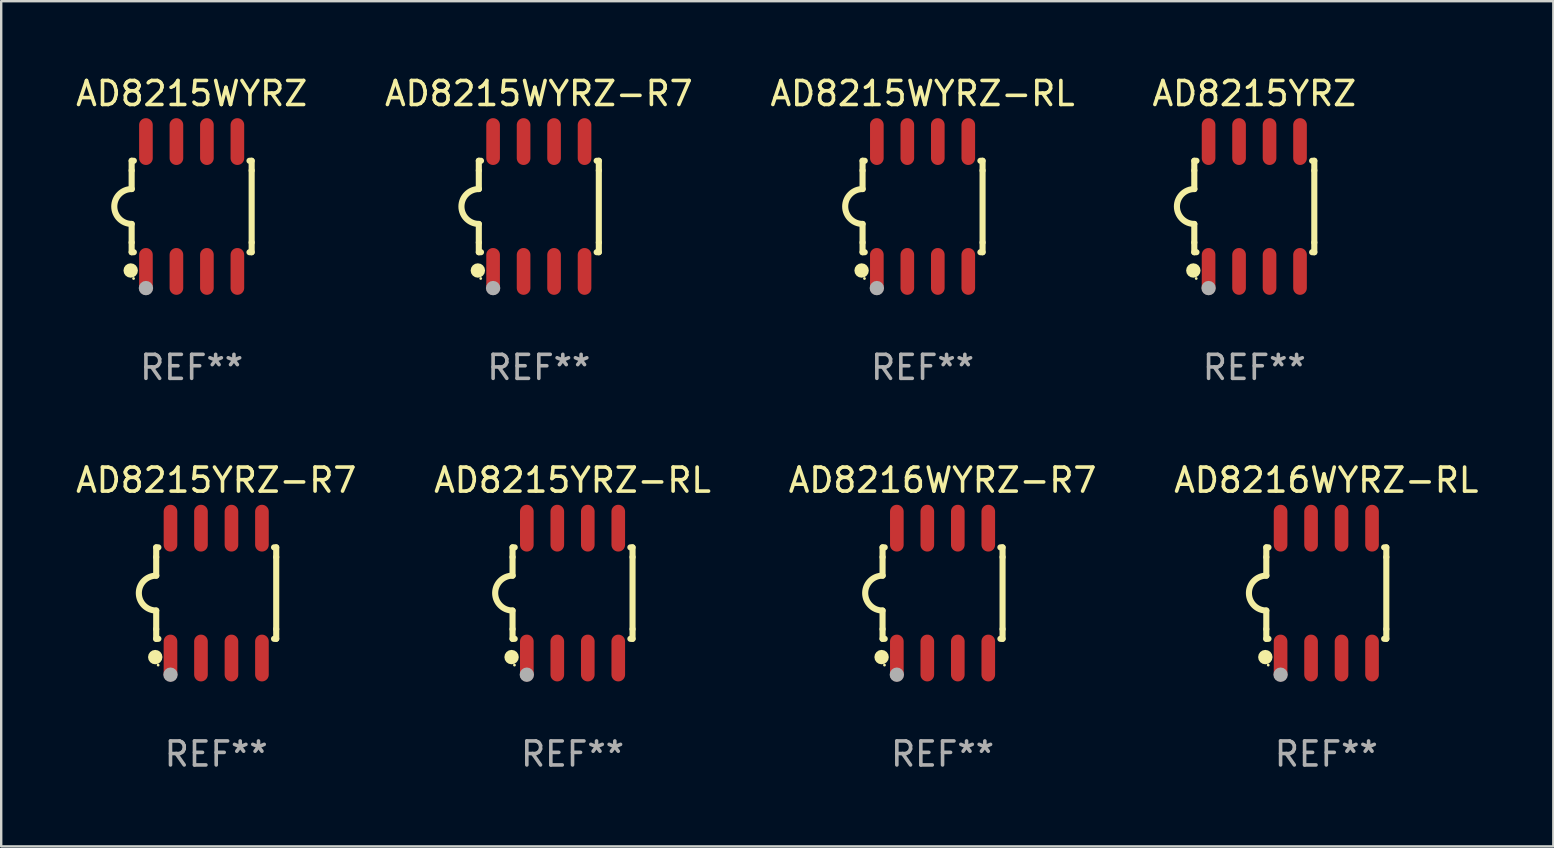
<source format=kicad_pcb>
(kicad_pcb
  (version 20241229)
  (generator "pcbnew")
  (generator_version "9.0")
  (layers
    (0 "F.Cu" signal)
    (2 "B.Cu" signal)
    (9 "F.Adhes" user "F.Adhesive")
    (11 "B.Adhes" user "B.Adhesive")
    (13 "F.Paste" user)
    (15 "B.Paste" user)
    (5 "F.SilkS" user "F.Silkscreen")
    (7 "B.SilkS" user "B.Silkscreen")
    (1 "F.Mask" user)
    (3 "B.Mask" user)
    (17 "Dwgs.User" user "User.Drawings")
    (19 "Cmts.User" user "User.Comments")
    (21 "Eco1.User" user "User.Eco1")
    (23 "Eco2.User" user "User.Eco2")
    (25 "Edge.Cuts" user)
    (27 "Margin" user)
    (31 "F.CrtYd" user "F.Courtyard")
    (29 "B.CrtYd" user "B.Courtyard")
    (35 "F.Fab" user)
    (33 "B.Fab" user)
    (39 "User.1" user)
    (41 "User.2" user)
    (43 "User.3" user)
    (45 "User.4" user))
  (footprint "AD8215YRZ-R7"
    (layer "F.Cu")
    (at 5.958 21.66)
    (property "Reference" "AD8215YRZ-R7" (at 0 -4.705 0) (layer "F.SilkS") (effects (font (size 1 1) (thickness 0.15))))
    (attr through_hole)
    (fp_line (start -2.5 -1.905) (end -2.409 -1.905) (stroke (width 0.254) (type solid)) (layer "F.SilkS"))
    (fp_line (start -2.5 -1.5) (end -2.5 -1.905) (stroke (width 0.254) (type solid)) (layer "F.SilkS"))
    (fp_line (start -2.5 -1.5) (end -2.5 -0.726) (stroke (width 0.254) (type solid)) (layer "F.SilkS"))
    (fp_line (start -2.5 1.5) (end -2.5 0.727) (stroke (width 0.254) (type solid)) (layer "F.SilkS"))
    (fp_line (start -2.5 1.5) (end -2.5 1.905) (stroke (width 0.254) (type solid)) (layer "F.SilkS"))
    (fp_line (start -2.5 1.905) (end -2.409 1.905) (stroke (width 0.254) (type solid)) (layer "F.SilkS"))
    (fp_line (start 2.5 -1.905) (end 2.409 -1.905) (stroke (width 0.254) (type solid)) (layer "F.SilkS"))
    (fp_line (start 2.5 -1.5) (end 2.5 -1.905) (stroke (width 0.254) (type solid)) (layer "F.SilkS"))
    (fp_line (start 2.5 -1.5) (end 2.5 1.5) (stroke (width 0.254) (type solid)) (layer "F.SilkS"))
    (fp_line (start 2.5 1.5) (end 2.5 1.905) (stroke (width 0.254) (type solid)) (layer "F.SilkS"))
    (fp_line (start 2.5 1.905) (end 2.409 1.905) (stroke (width 0.254) (type solid)) (layer "F.SilkS"))
    (fp_arc (start -2.5 0.726568) (mid -3.220316 -0.0023) (end -2.495097 -0.726289) (stroke (width 0.254001) (type solid)) (layer "F.SilkS"))
    (fp_circle (center -2.54 2.667) (end -2.39 2.667) (stroke (width 0.3) (type solid)) (fill no) (layer "F.SilkS"))
    (fp_circle (center -2.42 3) (end -2.39 3) (stroke (width 0.06) (type solid)) (fill no) (layer "F.SilkS"))
    (fp_circle (center -1.905 3.4) (end -1.755 3.4) (stroke (width 0.3) (type solid)) (fill no) (layer "F.Fab"))
    (fp_text user "REF**" (at 0 6.705 0) (layer "F.Fab") (effects (font (size 1 1) (thickness 0.15))))
    (pad "1" smd oval (at -1.905 2.705) (size 0.568 1.95) (layers "F.Cu" "F.Mask" "F.Paste"))
    (pad "2" smd oval (at -0.635 2.705) (size 0.568 1.95) (layers "F.Cu" "F.Mask" "F.Paste"))
    (pad "3" smd oval (at 0.635 2.705) (size 0.568 1.95) (layers "F.Cu" "F.Mask" "F.Paste"))
    (pad "4" smd oval (at 1.905 2.705) (size 0.568 1.95) (layers "F.Cu" "F.Mask" "F.Paste"))
    (pad "5" smd oval (at 1.905 -2.705) (size 0.568 1.95) (layers "F.Cu" "F.Mask" "F.Paste"))
    (pad "6" smd oval (at 0.635 -2.705) (size 0.568 1.95) (layers "F.Cu" "F.Mask" "F.Paste"))
    (pad "7" smd oval (at -0.635 -2.705) (size 0.568 1.95) (layers "F.Cu" "F.Mask" "F.Paste"))
    (pad "8" smd oval (at -1.905 -2.705) (size 0.568 1.95) (layers "F.Cu" "F.Mask" "F.Paste")))
  (footprint "AD8215WYRZ-R7"
    (layer "F.Cu")
    (at 19.399 5.553)
    (property "Reference" "AD8215WYRZ-R7" (at 0 -4.705 0) (layer "F.SilkS") (effects (font (size 1 1) (thickness 0.15))))
    (attr through_hole)
    (fp_line (start -2.5 -1.905) (end -2.409 -1.905) (stroke (width 0.254) (type solid)) (layer "F.SilkS"))
    (fp_line (start -2.5 -1.5) (end -2.5 -1.905) (stroke (width 0.254) (type solid)) (layer "F.SilkS"))
    (fp_line (start -2.5 -1.5) (end -2.5 -0.726) (stroke (width 0.254) (type solid)) (layer "F.SilkS"))
    (fp_line (start -2.5 1.5) (end -2.5 0.727) (stroke (width 0.254) (type solid)) (layer "F.SilkS"))
    (fp_line (start -2.5 1.5) (end -2.5 1.905) (stroke (width 0.254) (type solid)) (layer "F.SilkS"))
    (fp_line (start -2.5 1.905) (end -2.409 1.905) (stroke (width 0.254) (type solid)) (layer "F.SilkS"))
    (fp_line (start 2.5 -1.905) (end 2.409 -1.905) (stroke (width 0.254) (type solid)) (layer "F.SilkS"))
    (fp_line (start 2.5 -1.5) (end 2.5 -1.905) (stroke (width 0.254) (type solid)) (layer "F.SilkS"))
    (fp_line (start 2.5 -1.5) (end 2.5 1.5) (stroke (width 0.254) (type solid)) (layer "F.SilkS"))
    (fp_line (start 2.5 1.5) (end 2.5 1.905) (stroke (width 0.254) (type solid)) (layer "F.SilkS"))
    (fp_line (start 2.5 1.905) (end 2.409 1.905) (stroke (width 0.254) (type solid)) (layer "F.SilkS"))
    (fp_arc (start -2.5 0.726568) (mid -3.220316 -0.0023) (end -2.495097 -0.726289) (stroke (width 0.254001) (type solid)) (layer "F.SilkS"))
    (fp_circle (center -2.54 2.667) (end -2.39 2.667) (stroke (width 0.3) (type solid)) (fill no) (layer "F.SilkS"))
    (fp_circle (center -2.42 3) (end -2.39 3) (stroke (width 0.06) (type solid)) (fill no) (layer "F.SilkS"))
    (fp_circle (center -1.905 3.4) (end -1.755 3.4) (stroke (width 0.3) (type solid)) (fill no) (layer "F.Fab"))
    (fp_text user "REF**" (at 0 6.705 0) (layer "F.Fab") (effects (font (size 1 1) (thickness 0.15))))
    (pad "1" smd oval (at -1.905 2.705) (size 0.568 1.95) (layers "F.Cu" "F.Mask" "F.Paste"))
    (pad "2" smd oval (at -0.635 2.705) (size 0.568 1.95) (layers "F.Cu" "F.Mask" "F.Paste"))
    (pad "3" smd oval (at 0.635 2.705) (size 0.568 1.95) (layers "F.Cu" "F.Mask" "F.Paste"))
    (pad "4" smd oval (at 1.905 2.705) (size 0.568 1.95) (layers "F.Cu" "F.Mask" "F.Paste"))
    (pad "5" smd oval (at 1.905 -2.705) (size 0.568 1.95) (layers "F.Cu" "F.Mask" "F.Paste"))
    (pad "6" smd oval (at 0.635 -2.705) (size 0.568 1.95) (layers "F.Cu" "F.Mask" "F.Paste"))
    (pad "7" smd oval (at -0.635 -2.705) (size 0.568 1.95) (layers "F.Cu" "F.Mask" "F.Paste"))
    (pad "8" smd oval (at -1.905 -2.705) (size 0.568 1.95) (layers "F.Cu" "F.Mask" "F.Paste")))
  (footprint "AD8216WYRZ-RL"
    (layer "F.Cu")
    (at 52.208 21.66)
    (property "Reference" "AD8216WYRZ-RL" (at 0 -4.705 0) (layer "F.SilkS") (effects (font (size 1 1) (thickness 0.15))))
    (attr through_hole)
    (fp_line (start -2.5 -1.905) (end -2.409 -1.905) (stroke (width 0.254) (type solid)) (layer "F.SilkS"))
    (fp_line (start -2.5 -1.5) (end -2.5 -1.905) (stroke (width 0.254) (type solid)) (layer "F.SilkS"))
    (fp_line (start -2.5 -1.5) (end -2.5 -0.726) (stroke (width 0.254) (type solid)) (layer "F.SilkS"))
    (fp_line (start -2.5 1.5) (end -2.5 0.727) (stroke (width 0.254) (type solid)) (layer "F.SilkS"))
    (fp_line (start -2.5 1.5) (end -2.5 1.905) (stroke (width 0.254) (type solid)) (layer "F.SilkS"))
    (fp_line (start -2.5 1.905) (end -2.409 1.905) (stroke (width 0.254) (type solid)) (layer "F.SilkS"))
    (fp_line (start 2.5 -1.905) (end 2.409 -1.905) (stroke (width 0.254) (type solid)) (layer "F.SilkS"))
    (fp_line (start 2.5 -1.5) (end 2.5 -1.905) (stroke (width 0.254) (type solid)) (layer "F.SilkS"))
    (fp_line (start 2.5 -1.5) (end 2.5 1.5) (stroke (width 0.254) (type solid)) (layer "F.SilkS"))
    (fp_line (start 2.5 1.5) (end 2.5 1.905) (stroke (width 0.254) (type solid)) (layer "F.SilkS"))
    (fp_line (start 2.5 1.905) (end 2.409 1.905) (stroke (width 0.254) (type solid)) (layer "F.SilkS"))
    (fp_arc (start -2.5 0.726568) (mid -3.220316 -0.0023) (end -2.495097 -0.726289) (stroke (width 0.254001) (type solid)) (layer "F.SilkS"))
    (fp_circle (center -2.54 2.667) (end -2.39 2.667) (stroke (width 0.3) (type solid)) (fill no) (layer "F.SilkS"))
    (fp_circle (center -2.42 3) (end -2.39 3) (stroke (width 0.06) (type solid)) (fill no) (layer "F.SilkS"))
    (fp_circle (center -1.905 3.4) (end -1.755 3.4) (stroke (width 0.3) (type solid)) (fill no) (layer "F.Fab"))
    (fp_text user "REF**" (at 0 6.705 0) (layer "F.Fab") (effects (font (size 1 1) (thickness 0.15))))
    (pad "1" smd oval (at -1.905 2.705) (size 0.568 1.95) (layers "F.Cu" "F.Mask" "F.Paste"))
    (pad "2" smd oval (at -0.635 2.705) (size 0.568 1.95) (layers "F.Cu" "F.Mask" "F.Paste"))
    (pad "3" smd oval (at 0.635 2.705) (size 0.568 1.95) (layers "F.Cu" "F.Mask" "F.Paste"))
    (pad "4" smd oval (at 1.905 2.705) (size 0.568 1.95) (layers "F.Cu" "F.Mask" "F.Paste"))
    (pad "5" smd oval (at 1.905 -2.705) (size 0.568 1.95) (layers "F.Cu" "F.Mask" "F.Paste"))
    (pad "6" smd oval (at 0.635 -2.705) (size 0.568 1.95) (layers "F.Cu" "F.Mask" "F.Paste"))
    (pad "7" smd oval (at -0.635 -2.705) (size 0.568 1.95) (layers "F.Cu" "F.Mask" "F.Paste"))
    (pad "8" smd oval (at -1.905 -2.705) (size 0.568 1.95) (layers "F.Cu" "F.Mask" "F.Paste")))
  (footprint "AD8215YRZ"
    (layer "F.Cu")
    (at 49.208 5.553)
    (property "Reference" "AD8215YRZ" (at 0 -4.705 0) (layer "F.SilkS") (effects (font (size 1 1) (thickness 0.15))))
    (attr through_hole)
    (fp_line (start -2.5 -1.905) (end -2.409 -1.905) (stroke (width 0.254) (type solid)) (layer "F.SilkS"))
    (fp_line (start -2.5 -1.5) (end -2.5 -1.905) (stroke (width 0.254) (type solid)) (layer "F.SilkS"))
    (fp_line (start -2.5 -1.5) (end -2.5 -0.726) (stroke (width 0.254) (type solid)) (layer "F.SilkS"))
    (fp_line (start -2.5 1.5) (end -2.5 0.727) (stroke (width 0.254) (type solid)) (layer "F.SilkS"))
    (fp_line (start -2.5 1.5) (end -2.5 1.905) (stroke (width 0.254) (type solid)) (layer "F.SilkS"))
    (fp_line (start -2.5 1.905) (end -2.409 1.905) (stroke (width 0.254) (type solid)) (layer "F.SilkS"))
    (fp_line (start 2.5 -1.905) (end 2.409 -1.905) (stroke (width 0.254) (type solid)) (layer "F.SilkS"))
    (fp_line (start 2.5 -1.5) (end 2.5 -1.905) (stroke (width 0.254) (type solid)) (layer "F.SilkS"))
    (fp_line (start 2.5 -1.5) (end 2.5 1.5) (stroke (width 0.254) (type solid)) (layer "F.SilkS"))
    (fp_line (start 2.5 1.5) (end 2.5 1.905) (stroke (width 0.254) (type solid)) (layer "F.SilkS"))
    (fp_line (start 2.5 1.905) (end 2.409 1.905) (stroke (width 0.254) (type solid)) (layer "F.SilkS"))
    (fp_arc (start -2.5 0.726568) (mid -3.220316 -0.0023) (end -2.495097 -0.726289) (stroke (width 0.254001) (type solid)) (layer "F.SilkS"))
    (fp_circle (center -2.54 2.667) (end -2.39 2.667) (stroke (width 0.3) (type solid)) (fill no) (layer "F.SilkS"))
    (fp_circle (center -2.42 3) (end -2.39 3) (stroke (width 0.06) (type solid)) (fill no) (layer "F.SilkS"))
    (fp_circle (center -1.905 3.4) (end -1.755 3.4) (stroke (width 0.3) (type solid)) (fill no) (layer "F.Fab"))
    (fp_text user "REF**" (at 0 6.705 0) (layer "F.Fab") (effects (font (size 1 1) (thickness 0.15))))
    (pad "1" smd oval (at -1.905 2.705) (size 0.568 1.95) (layers "F.Cu" "F.Mask" "F.Paste"))
    (pad "2" smd oval (at -0.635 2.705) (size 0.568 1.95) (layers "F.Cu" "F.Mask" "F.Paste"))
    (pad "3" smd oval (at 0.635 2.705) (size 0.568 1.95) (layers "F.Cu" "F.Mask" "F.Paste"))
    (pad "4" smd oval (at 1.905 2.705) (size 0.568 1.95) (layers "F.Cu" "F.Mask" "F.Paste"))
    (pad "5" smd oval (at 1.905 -2.705) (size 0.568 1.95) (layers "F.Cu" "F.Mask" "F.Paste"))
    (pad "6" smd oval (at 0.635 -2.705) (size 0.568 1.95) (layers "F.Cu" "F.Mask" "F.Paste"))
    (pad "7" smd oval (at -0.635 -2.705) (size 0.568 1.95) (layers "F.Cu" "F.Mask" "F.Paste"))
    (pad "8" smd oval (at -1.905 -2.705) (size 0.568 1.95) (layers "F.Cu" "F.Mask" "F.Paste")))
  (footprint "AD8215WYRZ"
    (layer "F.Cu")
    (at 4.935 5.553)
    (property "Reference" "AD8215WYRZ" (at 0 -4.705 0) (layer "F.SilkS") (effects (font (size 1 1) (thickness 0.15))))
    (attr through_hole)
    (fp_line (start -2.5 -1.905) (end -2.409 -1.905) (stroke (width 0.254) (type solid)) (layer "F.SilkS"))
    (fp_line (start -2.5 -1.5) (end -2.5 -1.905) (stroke (width 0.254) (type solid)) (layer "F.SilkS"))
    (fp_line (start -2.5 -1.5) (end -2.5 -0.726) (stroke (width 0.254) (type solid)) (layer "F.SilkS"))
    (fp_line (start -2.5 1.5) (end -2.5 0.727) (stroke (width 0.254) (type solid)) (layer "F.SilkS"))
    (fp_line (start -2.5 1.5) (end -2.5 1.905) (stroke (width 0.254) (type solid)) (layer "F.SilkS"))
    (fp_line (start -2.5 1.905) (end -2.409 1.905) (stroke (width 0.254) (type solid)) (layer "F.SilkS"))
    (fp_line (start 2.5 -1.905) (end 2.409 -1.905) (stroke (width 0.254) (type solid)) (layer "F.SilkS"))
    (fp_line (start 2.5 -1.5) (end 2.5 -1.905) (stroke (width 0.254) (type solid)) (layer "F.SilkS"))
    (fp_line (start 2.5 -1.5) (end 2.5 1.5) (stroke (width 0.254) (type solid)) (layer "F.SilkS"))
    (fp_line (start 2.5 1.5) (end 2.5 1.905) (stroke (width 0.254) (type solid)) (layer "F.SilkS"))
    (fp_line (start 2.5 1.905) (end 2.409 1.905) (stroke (width 0.254) (type solid)) (layer "F.SilkS"))
    (fp_arc (start -2.5 0.726568) (mid -3.220316 -0.0023) (end -2.495097 -0.726289) (stroke (width 0.254001) (type solid)) (layer "F.SilkS"))
    (fp_circle (center -2.54 2.667) (end -2.39 2.667) (stroke (width 0.3) (type solid)) (fill no) (layer "F.SilkS"))
    (fp_circle (center -2.42 3) (end -2.39 3) (stroke (width 0.06) (type solid)) (fill no) (layer "F.SilkS"))
    (fp_circle (center -1.905 3.4) (end -1.755 3.4) (stroke (width 0.3) (type solid)) (fill no) (layer "F.Fab"))
    (fp_text user "REF**" (at 0 6.705 0) (layer "F.Fab") (effects (font (size 1 1) (thickness 0.15))))
    (pad "1" smd oval (at -1.905 2.705) (size 0.568 1.95) (layers "F.Cu" "F.Mask" "F.Paste"))
    (pad "2" smd oval (at -0.635 2.705) (size 0.568 1.95) (layers "F.Cu" "F.Mask" "F.Paste"))
    (pad "3" smd oval (at 0.635 2.705) (size 0.568 1.95) (layers "F.Cu" "F.Mask" "F.Paste"))
    (pad "4" smd oval (at 1.905 2.705) (size 0.568 1.95) (layers "F.Cu" "F.Mask" "F.Paste"))
    (pad "5" smd oval (at 1.905 -2.705) (size 0.568 1.95) (layers "F.Cu" "F.Mask" "F.Paste"))
    (pad "6" smd oval (at 0.635 -2.705) (size 0.568 1.95) (layers "F.Cu" "F.Mask" "F.Paste"))
    (pad "7" smd oval (at -0.635 -2.705) (size 0.568 1.95) (layers "F.Cu" "F.Mask" "F.Paste"))
    (pad "8" smd oval (at -1.905 -2.705) (size 0.568 1.95) (layers "F.Cu" "F.Mask" "F.Paste")))
  (footprint "AD8216WYRZ-R7"
    (layer "F.Cu")
    (at 36.22 21.66)
    (property "Reference" "AD8216WYRZ-R7" (at 0 -4.705 0) (layer "F.SilkS") (effects (font (size 1 1) (thickness 0.15))))
    (attr through_hole)
    (fp_line (start -2.5 -1.905) (end -2.409 -1.905) (stroke (width 0.254) (type solid)) (layer "F.SilkS"))
    (fp_line (start -2.5 -1.5) (end -2.5 -1.905) (stroke (width 0.254) (type solid)) (layer "F.SilkS"))
    (fp_line (start -2.5 -1.5) (end -2.5 -0.726) (stroke (width 0.254) (type solid)) (layer "F.SilkS"))
    (fp_line (start -2.5 1.5) (end -2.5 0.727) (stroke (width 0.254) (type solid)) (layer "F.SilkS"))
    (fp_line (start -2.5 1.5) (end -2.5 1.905) (stroke (width 0.254) (type solid)) (layer "F.SilkS"))
    (fp_line (start -2.5 1.905) (end -2.409 1.905) (stroke (width 0.254) (type solid)) (layer "F.SilkS"))
    (fp_line (start 2.5 -1.905) (end 2.409 -1.905) (stroke (width 0.254) (type solid)) (layer "F.SilkS"))
    (fp_line (start 2.5 -1.5) (end 2.5 -1.905) (stroke (width 0.254) (type solid)) (layer "F.SilkS"))
    (fp_line (start 2.5 -1.5) (end 2.5 1.5) (stroke (width 0.254) (type solid)) (layer "F.SilkS"))
    (fp_line (start 2.5 1.5) (end 2.5 1.905) (stroke (width 0.254) (type solid)) (layer "F.SilkS"))
    (fp_line (start 2.5 1.905) (end 2.409 1.905) (stroke (width 0.254) (type solid)) (layer "F.SilkS"))
    (fp_arc (start -2.5 0.726568) (mid -3.220316 -0.0023) (end -2.495097 -0.726289) (stroke (width 0.254001) (type solid)) (layer "F.SilkS"))
    (fp_circle (center -2.54 2.667) (end -2.39 2.667) (stroke (width 0.3) (type solid)) (fill no) (layer "F.SilkS"))
    (fp_circle (center -2.42 3) (end -2.39 3) (stroke (width 0.06) (type solid)) (fill no) (layer "F.SilkS"))
    (fp_circle (center -1.905 3.4) (end -1.755 3.4) (stroke (width 0.3) (type solid)) (fill no) (layer "F.Fab"))
    (fp_text user "REF**" (at 0 6.705 0) (layer "F.Fab") (effects (font (size 1 1) (thickness 0.15))))
    (pad "1" smd oval (at -1.905 2.705) (size 0.568 1.95) (layers "F.Cu" "F.Mask" "F.Paste"))
    (pad "2" smd oval (at -0.635 2.705) (size 0.568 1.95) (layers "F.Cu" "F.Mask" "F.Paste"))
    (pad "3" smd oval (at 0.635 2.705) (size 0.568 1.95) (layers "F.Cu" "F.Mask" "F.Paste"))
    (pad "4" smd oval (at 1.905 2.705) (size 0.568 1.95) (layers "F.Cu" "F.Mask" "F.Paste"))
    (pad "5" smd oval (at 1.905 -2.705) (size 0.568 1.95) (layers "F.Cu" "F.Mask" "F.Paste"))
    (pad "6" smd oval (at 0.635 -2.705) (size 0.568 1.95) (layers "F.Cu" "F.Mask" "F.Paste"))
    (pad "7" smd oval (at -0.635 -2.705) (size 0.568 1.95) (layers "F.Cu" "F.Mask" "F.Paste"))
    (pad "8" smd oval (at -1.905 -2.705) (size 0.568 1.95) (layers "F.Cu" "F.Mask" "F.Paste")))
  (footprint "AD8215YRZ-RL"
    (layer "F.Cu")
    (at 20.804 21.66)
    (property "Reference" "AD8215YRZ-RL" (at 0 -4.705 0) (layer "F.SilkS") (effects (font (size 1 1) (thickness 0.15))))
    (attr through_hole)
    (fp_line (start -2.5 -1.905) (end -2.409 -1.905) (stroke (width 0.254) (type solid)) (layer "F.SilkS"))
    (fp_line (start -2.5 -1.5) (end -2.5 -1.905) (stroke (width 0.254) (type solid)) (layer "F.SilkS"))
    (fp_line (start -2.5 -1.5) (end -2.5 -0.726) (stroke (width 0.254) (type solid)) (layer "F.SilkS"))
    (fp_line (start -2.5 1.5) (end -2.5 0.727) (stroke (width 0.254) (type solid)) (layer "F.SilkS"))
    (fp_line (start -2.5 1.5) (end -2.5 1.905) (stroke (width 0.254) (type solid)) (layer "F.SilkS"))
    (fp_line (start -2.5 1.905) (end -2.409 1.905) (stroke (width 0.254) (type solid)) (layer "F.SilkS"))
    (fp_line (start 2.5 -1.905) (end 2.409 -1.905) (stroke (width 0.254) (type solid)) (layer "F.SilkS"))
    (fp_line (start 2.5 -1.5) (end 2.5 -1.905) (stroke (width 0.254) (type solid)) (layer "F.SilkS"))
    (fp_line (start 2.5 -1.5) (end 2.5 1.5) (stroke (width 0.254) (type solid)) (layer "F.SilkS"))
    (fp_line (start 2.5 1.5) (end 2.5 1.905) (stroke (width 0.254) (type solid)) (layer "F.SilkS"))
    (fp_line (start 2.5 1.905) (end 2.409 1.905) (stroke (width 0.254) (type solid)) (layer "F.SilkS"))
    (fp_arc (start -2.5 0.726568) (mid -3.220316 -0.0023) (end -2.495097 -0.726289) (stroke (width 0.254001) (type solid)) (layer "F.SilkS"))
    (fp_circle (center -2.54 2.667) (end -2.39 2.667) (stroke (width 0.3) (type solid)) (fill no) (layer "F.SilkS"))
    (fp_circle (center -2.42 3) (end -2.39 3) (stroke (width 0.06) (type solid)) (fill no) (layer "F.SilkS"))
    (fp_circle (center -1.905 3.4) (end -1.755 3.4) (stroke (width 0.3) (type solid)) (fill no) (layer "F.Fab"))
    (fp_text user "REF**" (at 0 6.705 0) (layer "F.Fab") (effects (font (size 1 1) (thickness 0.15))))
    (pad "1" smd oval (at -1.905 2.705) (size 0.568 1.95) (layers "F.Cu" "F.Mask" "F.Paste"))
    (pad "2" smd oval (at -0.635 2.705) (size 0.568 1.95) (layers "F.Cu" "F.Mask" "F.Paste"))
    (pad "3" smd oval (at 0.635 2.705) (size 0.568 1.95) (layers "F.Cu" "F.Mask" "F.Paste"))
    (pad "4" smd oval (at 1.905 2.705) (size 0.568 1.95) (layers "F.Cu" "F.Mask" "F.Paste"))
    (pad "5" smd oval (at 1.905 -2.705) (size 0.568 1.95) (layers "F.Cu" "F.Mask" "F.Paste"))
    (pad "6" smd oval (at 0.635 -2.705) (size 0.568 1.95) (layers "F.Cu" "F.Mask" "F.Paste"))
    (pad "7" smd oval (at -0.635 -2.705) (size 0.568 1.95) (layers "F.Cu" "F.Mask" "F.Paste"))
    (pad "8" smd oval (at -1.905 -2.705) (size 0.568 1.95) (layers "F.Cu" "F.Mask" "F.Paste")))
  (footprint "AD8215WYRZ-RL"
    (layer "F.Cu")
    (at 35.387 5.553)
    (property "Reference" "AD8215WYRZ-RL" (at 0 -4.705 0) (layer "F.SilkS") (effects (font (size 1 1) (thickness 0.15))))
    (attr through_hole)
    (fp_line (start -2.5 -1.905) (end -2.409 -1.905) (stroke (width 0.254) (type solid)) (layer "F.SilkS"))
    (fp_line (start -2.5 -1.5) (end -2.5 -1.905) (stroke (width 0.254) (type solid)) (layer "F.SilkS"))
    (fp_line (start -2.5 -1.5) (end -2.5 -0.726) (stroke (width 0.254) (type solid)) (layer "F.SilkS"))
    (fp_line (start -2.5 1.5) (end -2.5 0.727) (stroke (width 0.254) (type solid)) (layer "F.SilkS"))
    (fp_line (start -2.5 1.5) (end -2.5 1.905) (stroke (width 0.254) (type solid)) (layer "F.SilkS"))
    (fp_line (start -2.5 1.905) (end -2.409 1.905) (stroke (width 0.254) (type solid)) (layer "F.SilkS"))
    (fp_line (start 2.5 -1.905) (end 2.409 -1.905) (stroke (width 0.254) (type solid)) (layer "F.SilkS"))
    (fp_line (start 2.5 -1.5) (end 2.5 -1.905) (stroke (width 0.254) (type solid)) (layer "F.SilkS"))
    (fp_line (start 2.5 -1.5) (end 2.5 1.5) (stroke (width 0.254) (type solid)) (layer "F.SilkS"))
    (fp_line (start 2.5 1.5) (end 2.5 1.905) (stroke (width 0.254) (type solid)) (layer "F.SilkS"))
    (fp_line (start 2.5 1.905) (end 2.409 1.905) (stroke (width 0.254) (type solid)) (layer "F.SilkS"))
    (fp_arc (start -2.5 0.726568) (mid -3.220316 -0.0023) (end -2.495097 -0.726289) (stroke (width 0.254001) (type solid)) (layer "F.SilkS"))
    (fp_circle (center -2.54 2.667) (end -2.39 2.667) (stroke (width 0.3) (type solid)) (fill no) (layer "F.SilkS"))
    (fp_circle (center -2.42 3) (end -2.39 3) (stroke (width 0.06) (type solid)) (fill no) (layer "F.SilkS"))
    (fp_circle (center -1.905 3.4) (end -1.755 3.4) (stroke (width 0.3) (type solid)) (fill no) (layer "F.Fab"))
    (fp_text user "REF**" (at 0 6.705 0) (layer "F.Fab") (effects (font (size 1 1) (thickness 0.15))))
    (pad "1" smd oval (at -1.905 2.705) (size 0.568 1.95) (layers "F.Cu" "F.Mask" "F.Paste"))
    (pad "2" smd oval (at -0.635 2.705) (size 0.568 1.95) (layers "F.Cu" "F.Mask" "F.Paste"))
    (pad "3" smd oval (at 0.635 2.705) (size 0.568 1.95) (layers "F.Cu" "F.Mask" "F.Paste"))
    (pad "4" smd oval (at 1.905 2.705) (size 0.568 1.95) (layers "F.Cu" "F.Mask" "F.Paste"))
    (pad "5" smd oval (at 1.905 -2.705) (size 0.568 1.95) (layers "F.Cu" "F.Mask" "F.Paste"))
    (pad "6" smd oval (at 0.635 -2.705) (size 0.568 1.95) (layers "F.Cu" "F.Mask" "F.Paste"))
    (pad "7" smd oval (at -0.635 -2.705) (size 0.568 1.95) (layers "F.Cu" "F.Mask" "F.Paste"))
    (pad "8" smd oval (at -1.905 -2.705) (size 0.568 1.95) (layers "F.Cu" "F.Mask" "F.Paste")))
  (gr_rect
    (start -3 -3)
    (end 61.667 32.213)
    (stroke (width 0.1) (type default))
    (fill no)
    (layer "Edge.Cuts")))
</source>
